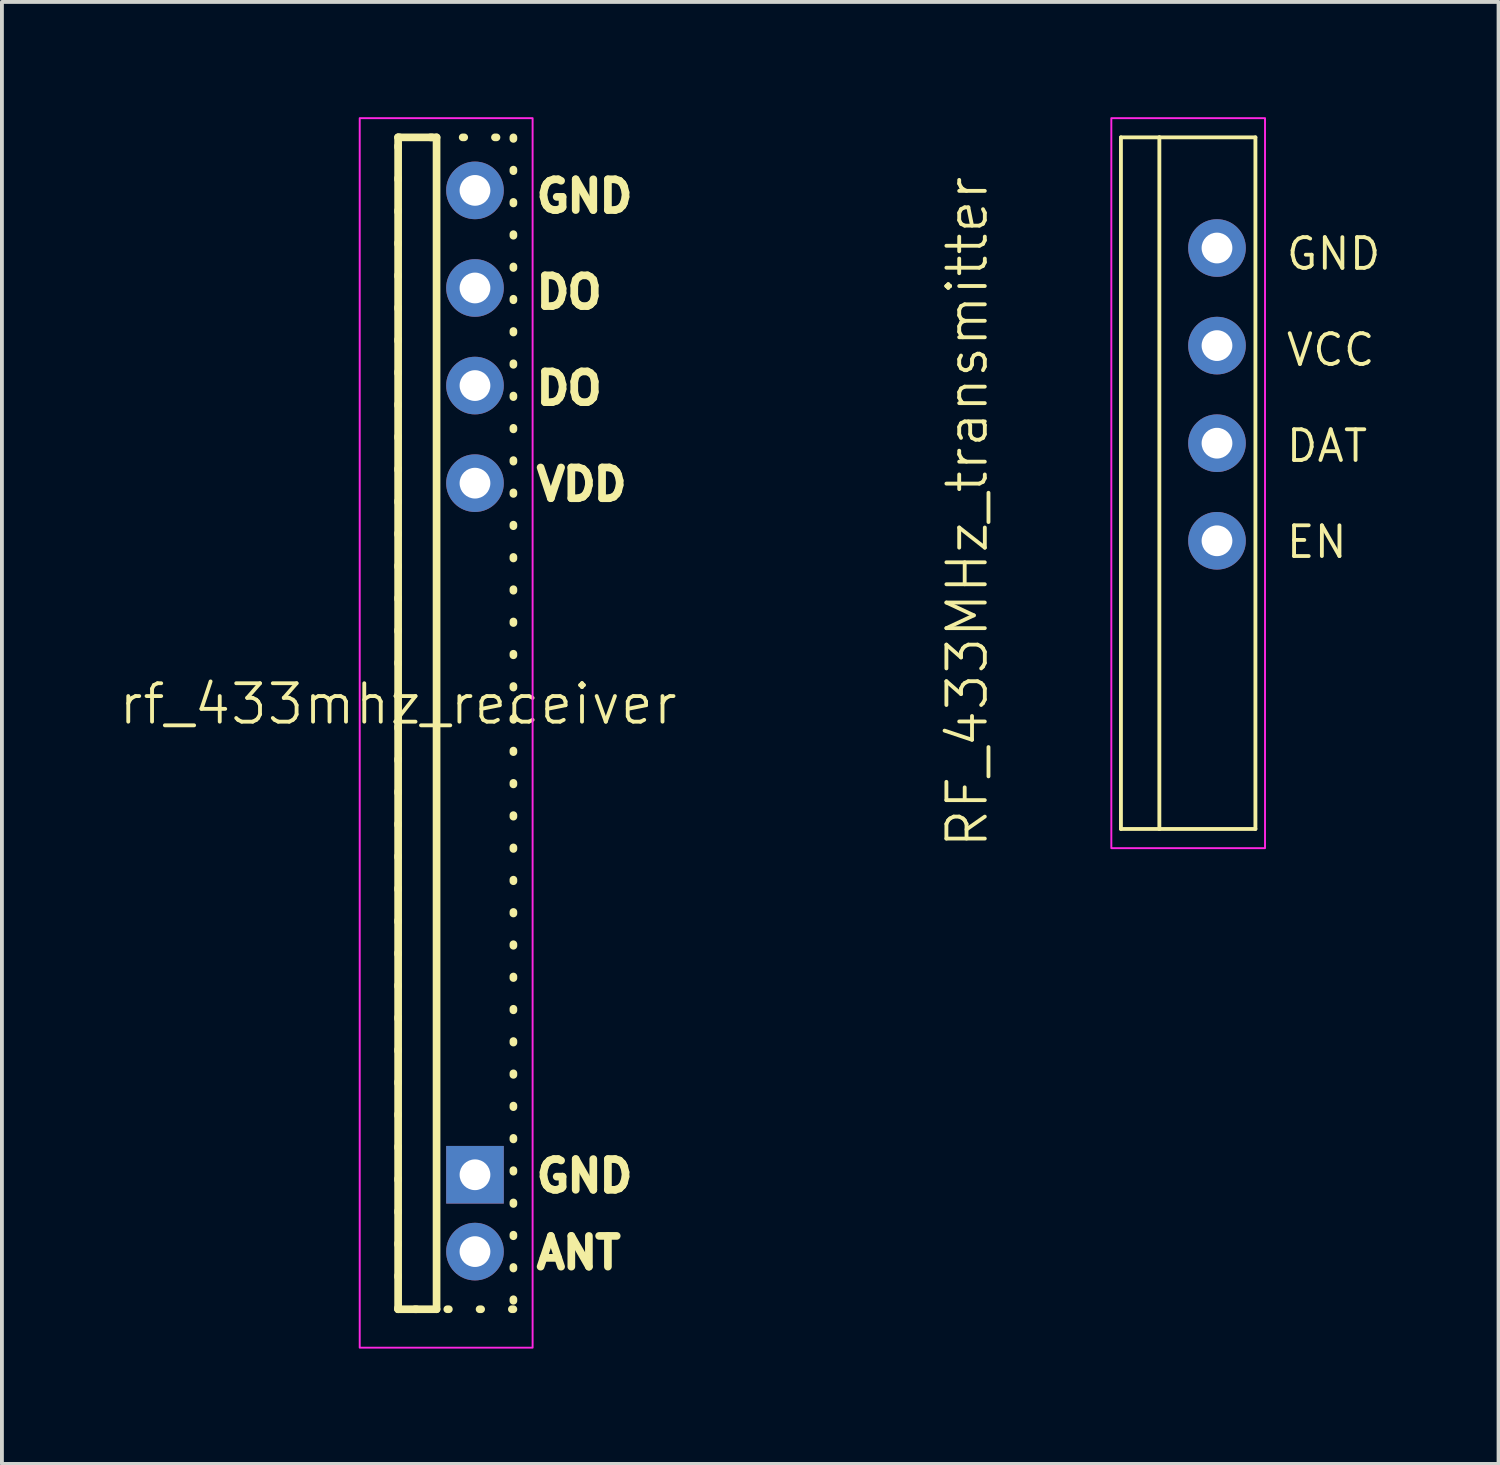
<source format=kicad_pcb>
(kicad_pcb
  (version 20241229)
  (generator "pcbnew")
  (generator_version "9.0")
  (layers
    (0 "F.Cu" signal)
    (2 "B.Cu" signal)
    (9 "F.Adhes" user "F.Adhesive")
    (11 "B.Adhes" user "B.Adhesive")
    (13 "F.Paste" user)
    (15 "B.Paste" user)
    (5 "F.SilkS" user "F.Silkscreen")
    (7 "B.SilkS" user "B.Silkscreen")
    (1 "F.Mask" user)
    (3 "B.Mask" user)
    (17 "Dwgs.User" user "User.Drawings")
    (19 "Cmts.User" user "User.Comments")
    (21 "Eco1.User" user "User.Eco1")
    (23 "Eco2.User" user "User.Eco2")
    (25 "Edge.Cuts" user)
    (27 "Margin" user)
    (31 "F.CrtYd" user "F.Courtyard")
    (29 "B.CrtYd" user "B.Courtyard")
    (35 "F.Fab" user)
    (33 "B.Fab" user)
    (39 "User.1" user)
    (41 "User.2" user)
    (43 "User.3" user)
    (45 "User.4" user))
  (footprint "rf_433mhz_receiver"
    (layer "F.Cu")
    (at 7.312 15.775)
    (property "Reference" "rf_433mhz_receiver" (at 0 -0.5 0) (unlocked yes) (layer "F.SilkS") (effects (font (size 1 1) (thickness 0.1))))
    (attr through_hole)
    (fp_line (start 0 -15.25) (end 0 15.25) (stroke (width 0.2) (type solid)) (layer "F.SilkS"))
    (fp_line (start 0 15.25) (end 1 15.25) (stroke (width 0.2) (type solid)) (layer "F.SilkS"))
    (fp_line (start 1 -15.25) (end 0 -15.25) (stroke (width 0.2) (type solid)) (layer "F.SilkS"))
    (fp_line (start 1 15.25) (end 1 -15.25) (stroke (width 0.2) (type solid)) (layer "F.SilkS"))
    (fp_rect (start 0 -15.25) (end 3 15.25) (stroke (width 0.2) (type dot)) (fill no) (layer "F.SilkS"))
    (fp_rect (start -1 -15.75) (end 3.5 16.25) (stroke (width 0.05) (type default)) (fill no) (layer "F.CrtYd"))
    (fp_text user "ANT" (at 3.5 14.25 0) (unlocked yes) (layer "F.SilkS") (effects (font (size 0.8 0.8) (thickness 0.2) (bold yes)) (justify left bottom)))
    (fp_text user "VDD" (at 3.5 -5.75 0) (unlocked yes) (layer "F.SilkS") (effects (font (size 0.8 0.8) (thickness 0.2) (bold yes)) (justify left bottom)))
    (fp_text user "GND" (at 3.5 12.25 0) (unlocked yes) (layer "F.SilkS") (effects (font (size 0.8 0.8) (thickness 0.2) (bold yes)) (justify left bottom)))
    (fp_text user "DO" (at 3.5 -10.75 0) (unlocked yes) (layer "F.SilkS") (effects (font (size 0.8 0.8) (thickness 0.2) (bold yes)) (justify left bottom)))
    (fp_text user "DO" (at 3.5 -8.25 0) (unlocked yes) (layer "F.SilkS") (effects (font (size 0.8 0.8) (thickness 0.2) (bold yes)) (justify left bottom)))
    (fp_text user "GND" (at 3.5 -13.25 0) (unlocked yes) (layer "F.SilkS") (effects (font (size 0.8 0.8) (thickness 0.2) (bold yes)) (justify left bottom)))
    (pad "1" thru_hole circle (at 2 13.75) (size 1.5 1.5) (drill 0.8) (layers "*.Cu" "*.Mask"))
    (pad "2" thru_hole rect (at 2 11.75) (size 1.5 1.5) (drill 0.8) (layers "*.Cu" "*.Mask"))
    (pad "3" thru_hole circle (at 2 -6.25) (size 1.5 1.5) (drill 0.8) (layers "*.Cu" "*.Mask"))
    (pad "4" thru_hole circle (at 2 -8.79) (size 1.5 1.5) (drill 0.8) (layers "*.Cu" "*.Mask"))
    (pad "5" thru_hole circle (at 2 -11.33) (size 1.5 1.5) (drill 0.8) (layers "*.Cu" "*.Mask"))
    (pad "6" thru_hole circle (at 2 -13.87) (size 1.5 1.5) (drill 0.8) (layers "*.Cu" "*.Mask")))
  (footprint "RF_433MHz_transmitter"
    (layer "F.Cu")
    (at 17.874 19.025)
    (property "Reference" "RF_433MHz_transmitter" (at 4.25 -8.75 90) (unlocked yes) (layer "F.SilkS") (effects (font (size 1 1) (thickness 0.1))))
    (attr through_hole)
    (fp_line (start 8.25 -18.5) (end 8.25 -0.5) (stroke (width 0.1) (type default)) (layer "F.SilkS"))
    (fp_line (start 8.25 -0.5) (end 9.25 -0.5) (stroke (width 0.1) (type default)) (layer "F.SilkS"))
    (fp_line (start 9.25 -18.5) (end 8.25 -18.5) (stroke (width 0.1) (type default)) (layer "F.SilkS"))
    (fp_line (start 9.25 -18.5) (end 11.75 -18.5) (stroke (width 0.1) (type default)) (layer "F.SilkS"))
    (fp_line (start 9.25 -0.5) (end 9.25 -18.5) (stroke (width 0.1) (type default)) (layer "F.SilkS"))
    (fp_line (start 11.75 -18.5) (end 11.75 -0.5) (stroke (width 0.1) (type default)) (layer "F.SilkS"))
    (fp_line (start 11.75 -0.5) (end 9.25 -0.5) (stroke (width 0.1) (type default)) (layer "F.SilkS"))
    (fp_rect (start 8 -19) (end 12 0) (stroke (width 0.05) (type default)) (fill no) (layer "F.CrtYd"))
    (fp_text user "GND" (at 12.5 -15 0) (unlocked yes) (layer "F.SilkS") (effects (font (size 0.8 0.8) (thickness 0.1)) (justify left bottom)))
    (fp_text user "VCC" (at 12.5 -12.5 0) (unlocked yes) (layer "F.SilkS") (effects (font (size 0.8 0.8) (thickness 0.1)) (justify left bottom)))
    (fp_text user "EN" (at 12.5 -7.5 0) (unlocked yes) (layer "F.SilkS") (effects (font (size 0.8 0.8) (thickness 0.1)) (justify left bottom)))
    (fp_text user "DAT" (at 12.5 -10 0) (unlocked yes) (layer "F.SilkS") (effects (font (size 0.8 0.8) (thickness 0.1)) (justify left bottom)))
    (pad "1" thru_hole circle (at 10.75 -8) (size 1.5 1.5) (drill 0.8) (layers "*.Cu" "*.Mask"))
    (pad "2" thru_hole circle (at 10.75 -10.54) (size 1.5 1.5) (drill 0.8) (layers "*.Cu" "*.Mask"))
    (pad "3" thru_hole circle (at 10.75 -13.08) (size 1.5 1.5) (drill 0.8) (layers "*.Cu" "*.Mask"))
    (pad "4" thru_hole circle (at 10.75 -15.62) (size 1.5 1.5) (drill 0.8) (layers "*.Cu" "*.Mask")))
  (gr_rect
    (start -3 -3)
    (end 35.952 35.05)
    (stroke (width 0.1) (type default))
    (fill no)
    (layer "Edge.Cuts")))
</source>
